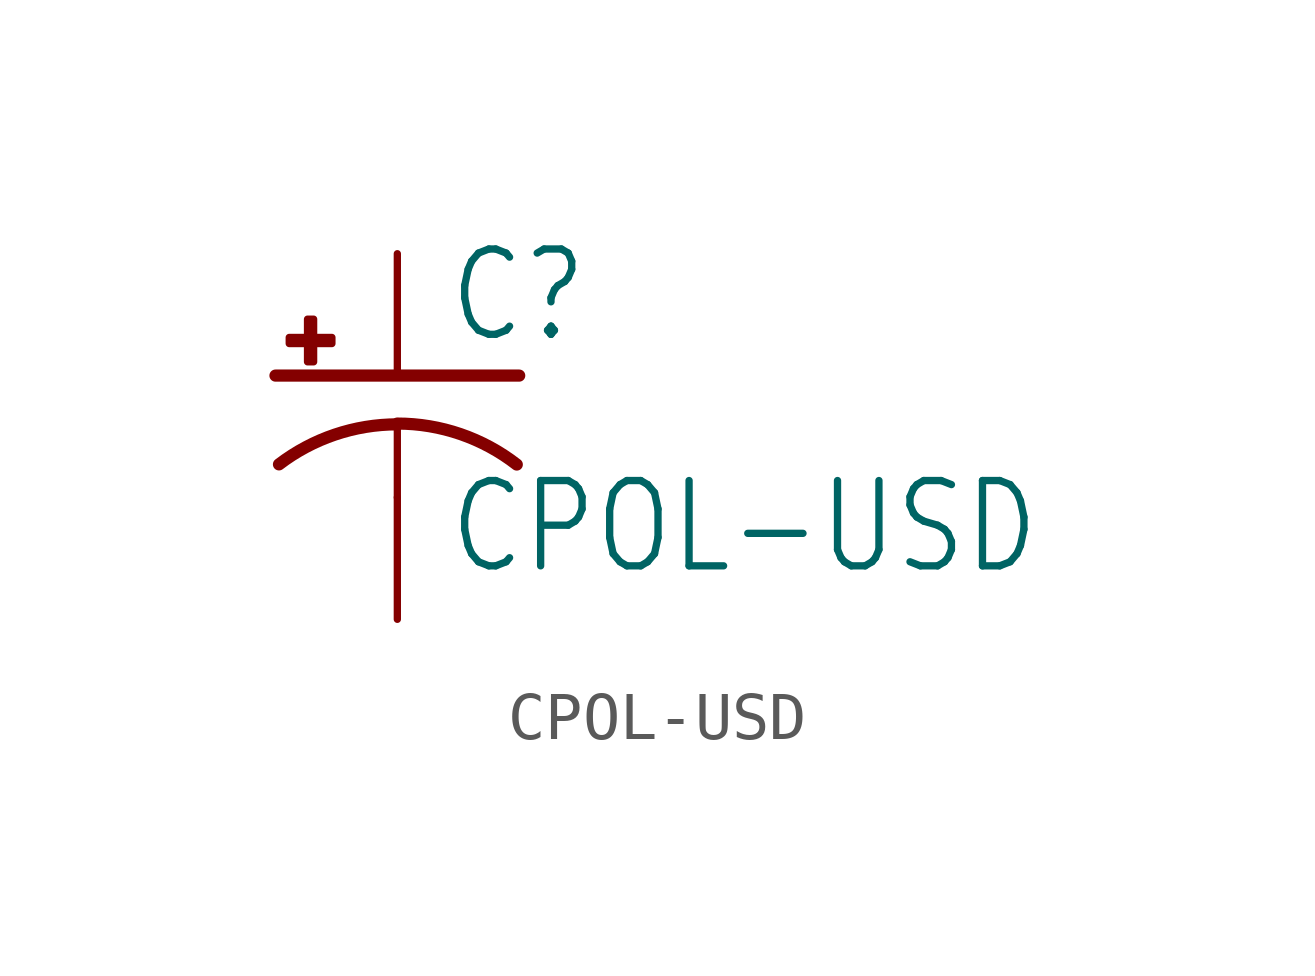
<source format=kicad_sym>
(kicad_symbol_lib
  (version 20220331)
  (generator kicad_symbol_editor)
  (symbol "CPOL-USD"
    (property "Reference" "C"
      (at 1.016 0.635 0)
      (effects (font (size 1.778 1.511)) (justify left bottom)))
    (property "Value" "CPOL-USD"
      (at 1.016 -4.191 0)
      (effects (font (size 1.778 1.511)) (justify left bottom)))
    (property "ki_locked" ""
      (at 0 0 0)
      (effects (font (size 1.27 1.27))))
    (symbol "CPOL-USD_1_0"
      (rectangle (start -2.253 0.668) (end -1.364 0.795) (stroke (width 0) (type default)) (fill (type outline)))
      (rectangle (start -1.872 0.287) (end -1.745 1.176) (stroke (width 0) (type default)) (fill (type outline)))
      (arc (start 0 -1.0161) (mid -1.3021 -1.2302) (end -2.4669 -1.8504) (stroke (width 0.254) (type solid)) (fill (type none)))
      (polyline (pts (xy -2.54 0) (xy 2.54 0)) (stroke (width 0.254) (type solid)) (fill (type none)))
      (polyline (pts (xy 0 -1.016) (xy 0 -2.54)) (stroke (width 0.152) (type solid)) (fill (type none)))
      (arc (start 2.4892 -1.8542) (mid 1.3158 -1.2195) (end 0 -1) (stroke (width 0.254) (type solid)) (fill (type none)))
      (pin passive line (at 0 2.54 270) (length 2.54) (name "+" (effects (font (size 0 0)))) (number "+" (effects (font (size 0 0)))))
      (pin passive line (at 0 -5.08 90) (length 2.54) (name "-" (effects (font (size 0 0)))) (number "-" (effects (font (size 0 0))))))))
</source>
